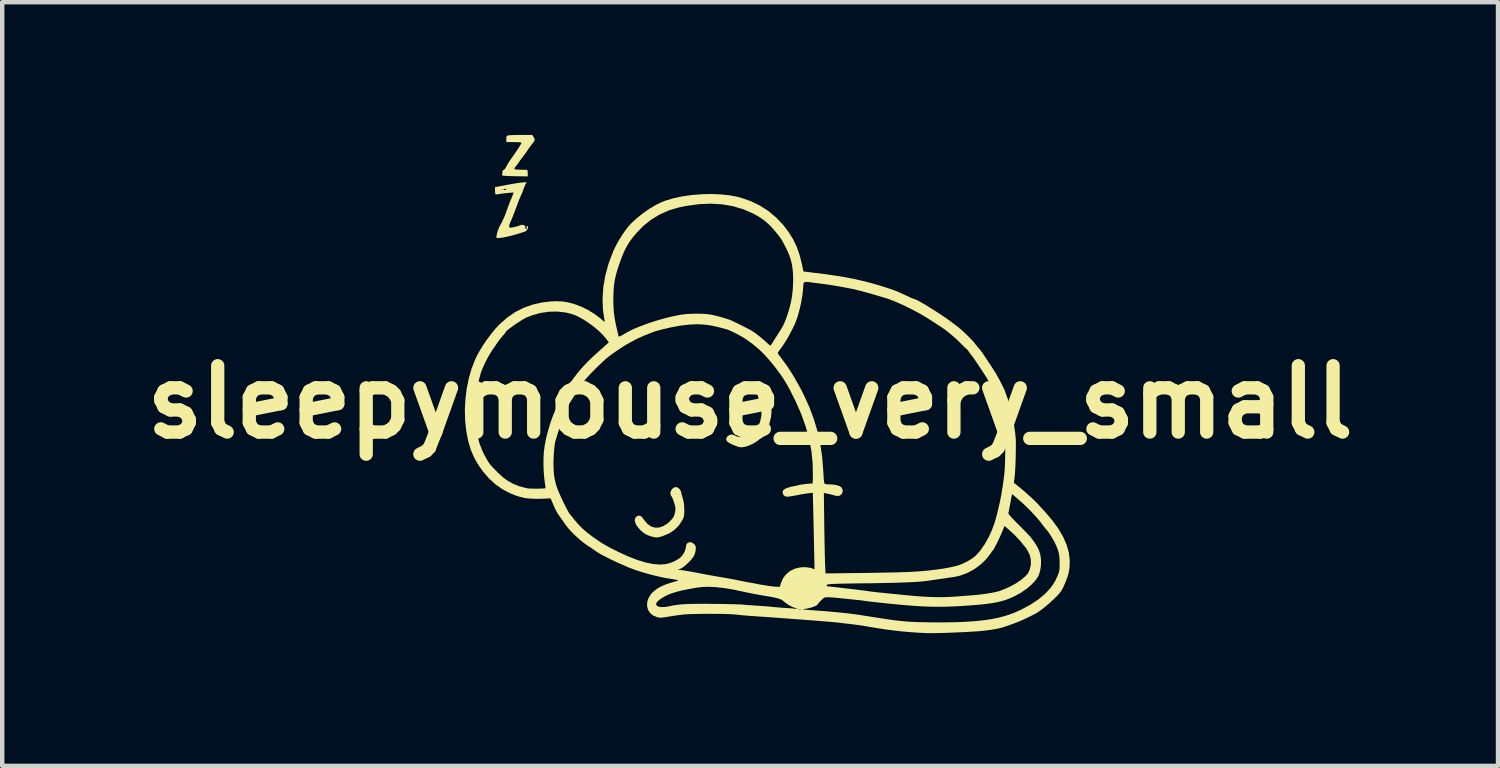
<source format=kicad_pcb>
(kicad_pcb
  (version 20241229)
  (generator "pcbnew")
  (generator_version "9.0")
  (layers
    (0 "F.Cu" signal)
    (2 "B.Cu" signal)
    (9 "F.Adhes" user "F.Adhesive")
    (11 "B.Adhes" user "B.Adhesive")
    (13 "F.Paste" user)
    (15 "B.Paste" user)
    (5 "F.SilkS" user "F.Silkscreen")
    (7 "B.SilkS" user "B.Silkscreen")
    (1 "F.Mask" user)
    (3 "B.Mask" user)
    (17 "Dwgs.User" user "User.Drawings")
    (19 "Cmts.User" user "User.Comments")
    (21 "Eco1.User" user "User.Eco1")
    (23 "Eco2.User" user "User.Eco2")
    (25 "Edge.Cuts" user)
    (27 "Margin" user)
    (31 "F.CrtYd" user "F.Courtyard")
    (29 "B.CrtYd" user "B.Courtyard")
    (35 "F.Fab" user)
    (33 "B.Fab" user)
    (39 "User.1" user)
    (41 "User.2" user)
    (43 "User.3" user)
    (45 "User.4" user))
  (footprint "sleepymouse_very_small"
    (layer "F.Cu")
    (at 13.907 6.039)
    (property "Reference" "sleepymouse_very_small" (at 0 0 0) (layer "F.SilkS") (effects (font (size 1.5 1.5) (thickness 0.3))))
    (attr board_only exclude_from_pos_files exclude_from_bom)
    (fp_poly (pts (xy 0.317 -0.262) (xy 0.357 -0.219) (xy 0.374 -0.19) (xy 0.399 -0.131) (xy 0.425 -0.055) (xy 0.449 0.027) (xy 0.468 0.108) (xy 0.481 0.177) (xy 0.484 0.217) (xy 0.473 0.337) (xy 0.444 0.462) (xy 0.4 0.582) (xy 0.342 0.692) (xy 0.274 0.784) (xy 0.238 0.821) (xy 0.155 0.886) (xy 0.066 0.941) (xy -0.026 0.983) (xy -0.114 1.011) (xy -0.193 1.023) (xy -0.258 1.016) (xy -0.271 1.012) (xy -0.3 1) (xy -0.346 0.982) (xy -0.385 0.967) (xy -0.466 0.93) (xy -0.518 0.891) (xy -0.542 0.852) (xy -0.536 0.81) (xy -0.506 0.769) (xy -0.458 0.74) (xy -0.402 0.734) (xy -0.347 0.753) (xy -0.333 0.762) (xy -0.285 0.784) (xy -0.22 0.793) (xy -0.147 0.788) (xy -0.073 0.771) (xy -0.037 0.756) (xy 0.051 0.7) (xy 0.129 0.621) (xy 0.192 0.526) (xy 0.225 0.448) (xy 0.255 0.314) (xy 0.256 0.182) (xy 0.234 0.073) (xy 0.208 -0.02) (xy 0.189 -0.089) (xy 0.177 -0.139) (xy 0.171 -0.173) (xy 0.171 -0.197) (xy 0.176 -0.214) (xy 0.185 -0.229) (xy 0.189 -0.235) (xy 0.229 -0.271) (xy 0.273 -0.28)) (stroke (width 0) (type solid)) (fill yes) (layer "F.SilkS"))
    (fp_poly (pts (xy -1.636 1.933) (xy -1.596 1.966) (xy -1.567 2.011) (xy -1.561 2.032) (xy -1.553 2.067) (xy -1.539 2.118) (xy -1.522 2.177) (xy -1.52 2.184) (xy -1.501 2.263) (xy -1.491 2.345) (xy -1.488 2.44) (xy -1.488 2.509) (xy -1.492 2.558) (xy -1.499 2.596) (xy -1.514 2.633) (xy -1.536 2.677) (xy -1.539 2.682) (xy -1.617 2.797) (xy -1.717 2.895) (xy -1.839 2.973) (xy -1.982 3.032) (xy -2.007 3.04) (xy -2.065 3.055) (xy -2.11 3.061) (xy -2.156 3.057) (xy -2.215 3.043) (xy -2.224 3.041) (xy -2.323 3.007) (xy -2.404 2.961) (xy -2.48 2.896) (xy -2.483 2.892) (xy -2.55 2.815) (xy -2.591 2.744) (xy -2.608 2.68) (xy -2.598 2.626) (xy -2.579 2.597) (xy -2.538 2.571) (xy -2.494 2.568) (xy -2.456 2.588) (xy -2.434 2.614) (xy -2.405 2.652) (xy -2.39 2.673) (xy -2.319 2.756) (xy -2.24 2.811) (xy -2.154 2.838) (xy -2.064 2.838) (xy -1.972 2.809) (xy -1.879 2.753) (xy -1.824 2.705) (xy -1.773 2.653) (xy -1.74 2.611) (xy -1.719 2.568) (xy -1.709 2.537) (xy -1.696 2.484) (xy -1.687 2.437) (xy -1.686 2.416) (xy -1.69 2.379) (xy -1.703 2.326) (xy -1.72 2.267) (xy -1.74 2.209) (xy -1.76 2.16) (xy -1.777 2.13) (xy -1.781 2.125) (xy -1.796 2.099) (xy -1.803 2.059) (xy -1.803 2.056) (xy -1.791 2.007) (xy -1.76 1.962) (xy -1.719 1.931) (xy -1.679 1.92)) (stroke (width 0) (type solid)) (fill yes) (layer "F.SilkS"))
    (fp_poly (pts (xy -4.895 -5.991) (xy -4.875 -5.954) (xy -4.869 -5.925) (xy -4.88 -5.897) (xy -4.909 -5.858) (xy -4.918 -5.847) (xy -4.955 -5.8) (xy -4.997 -5.742) (xy -5.024 -5.703) (xy -5.064 -5.644) (xy -5.11 -5.58) (xy -5.137 -5.545) (xy -5.175 -5.495) (xy -5.212 -5.445) (xy -5.232 -5.416) (xy -5.265 -5.37) (xy -5.299 -5.326) (xy -5.304 -5.319) (xy -5.324 -5.288) (xy -5.33 -5.267) (xy -5.328 -5.265) (xy -5.31 -5.26) (xy -5.269 -5.256) (xy -5.214 -5.253) (xy -5.184 -5.252) (xy -5.123 -5.251) (xy -5.074 -5.25) (xy -5.044 -5.249) (xy -5.038 -5.248) (xy -5.032 -5.234) (xy -5.028 -5.2) (xy -5.027 -5.174) (xy -5.027 -5.101) (xy -5.199 -5.104) (xy -5.284 -5.105) (xy -5.372 -5.107) (xy -5.452 -5.11) (xy -5.494 -5.111) (xy -5.554 -5.115) (xy -5.59 -5.119) (xy -5.606 -5.126) (xy -5.608 -5.137) (xy -5.608 -5.139) (xy -5.601 -5.17) (xy -5.599 -5.203) (xy -5.591 -5.238) (xy -5.569 -5.251) (xy -5.545 -5.269) (xy -5.519 -5.306) (xy -5.511 -5.323) (xy -5.485 -5.373) (xy -5.451 -5.429) (xy -5.434 -5.454) (xy -5.356 -5.565) (xy -5.29 -5.661) (xy -5.237 -5.74) (xy -5.198 -5.802) (xy -5.175 -5.843) (xy -5.167 -5.863) (xy -5.167 -5.864) (xy -5.184 -5.869) (xy -5.225 -5.874) (xy -5.282 -5.876) (xy -5.343 -5.877) (xy -5.511 -5.877) (xy -5.511 -5.949) (xy -5.51 -5.992) (xy -5.502 -6.014) (xy -5.485 -6.025) (xy -5.465 -6.029) (xy -5.435 -6.032) (xy -5.382 -6.035) (xy -5.312 -6.037) (xy -5.23 -6.038) (xy -5.172 -6.039) (xy -4.924 -6.039)) (stroke (width 0) (type solid)) (fill yes) (layer "F.SilkS"))
    (fp_poly (pts (xy -5.093 -4.89) (xy -5.112 -4.844) (xy -5.126 -4.808) (xy -5.13 -4.792) (xy -5.136 -4.773) (xy -5.151 -4.735) (xy -5.173 -4.685) (xy -5.179 -4.672) (xy -5.204 -4.616) (xy -5.225 -4.566) (xy -5.238 -4.532) (xy -5.239 -4.529) (xy -5.248 -4.502) (xy -5.266 -4.454) (xy -5.289 -4.393) (xy -5.315 -4.325) (xy -5.341 -4.257) (xy -5.365 -4.196) (xy -5.384 -4.149) (xy -5.394 -4.126) (xy -5.426 -4.052) (xy -5.444 -4) (xy -5.449 -3.967) (xy -5.442 -3.949) (xy -5.423 -3.943) (xy -5.417 -3.943) (xy -5.382 -3.946) (xy -5.332 -3.956) (xy -5.277 -3.969) (xy -5.227 -3.984) (xy -5.191 -3.997) (xy -5.18 -4.003) (xy -5.154 -4.008) (xy -5.12 -4.001) (xy -5.089 -3.985) (xy -5.081 -3.964) (xy -5.082 -3.949) (xy -5.082 -3.921) (xy -5.065 -3.913) (xy -5.049 -3.92) (xy -5.049 -3.946) (xy -5.051 -3.95) (xy -5.051 -3.979) (xy -5.04 -3.986) (xy -5.024 -3.969) (xy -5.021 -3.963) (xy -5.023 -3.931) (xy -5.041 -3.895) (xy -5.071 -3.864) (xy -5.082 -3.857) (xy -5.105 -3.849) (xy -5.15 -3.834) (xy -5.212 -3.814) (xy -5.285 -3.792) (xy -5.314 -3.784) (xy -5.409 -3.758) (xy -5.499 -3.737) (xy -5.581 -3.721) (xy -5.65 -3.711) (xy -5.701 -3.708) (xy -5.73 -3.713) (xy -5.733 -3.715) (xy -5.736 -3.735) (xy -5.73 -3.775) (xy -5.718 -3.826) (xy -5.701 -3.881) (xy -5.682 -3.932) (xy -5.669 -3.96) (xy -5.615 -4.061) (xy -5.572 -4.15) (xy -5.535 -4.239) (xy -5.498 -4.339) (xy -5.495 -4.348) (xy -5.469 -4.422) (xy -5.442 -4.495) (xy -5.417 -4.556) (xy -5.403 -4.59) (xy -5.382 -4.639) (xy -5.364 -4.683) (xy -5.357 -4.703) (xy -5.346 -4.738) (xy -5.469 -4.728) (xy -5.539 -4.721) (xy -5.608 -4.713) (xy -5.665 -4.704) (xy -5.67 -4.703) (xy -5.715 -4.696) (xy -5.747 -4.694) (xy -5.757 -4.697) (xy -5.762 -4.716) (xy -5.766 -4.754) (xy -5.767 -4.782) (xy -5.767 -4.803) (xy -5.623 -4.803) (xy -5.621 -4.794) (xy -5.614 -4.793) (xy -5.603 -4.797) (xy -5.579 -4.797) (xy -5.564 -4.793) (xy -5.551 -4.793) (xy -5.522 -4.797) (xy -5.511 -4.807) (xy -5.522 -4.82) (xy -5.548 -4.818) (xy -5.57 -4.807) (xy -5.579 -4.797) (xy -5.603 -4.797) (xy -5.601 -4.798) (xy -5.604 -4.803) (xy -5.621 -4.804) (xy -5.623 -4.803) (xy -5.767 -4.803) (xy -5.767 -4.858) (xy -5.709 -4.869) (xy -5.672 -4.876) (xy -5.615 -4.887) (xy -5.543 -4.9) (xy -5.465 -4.915) (xy -5.454 -4.917) (xy -5.371 -4.932) (xy -5.287 -4.946) (xy -5.214 -4.957) (xy -5.159 -4.963) (xy -5.157 -4.963) (xy -5.056 -4.973)) (stroke (width 0) (type solid)) (fill yes) (layer "F.SilkS"))
    (fp_poly (pts (xy -0.666 -4.695) (xy -0.463 -4.674) (xy -0.278 -4.638) (xy -0.227 -4.624) (xy 0.003 -4.546) (xy 0.215 -4.445) (xy 0.409 -4.322) (xy 0.586 -4.174) (xy 0.744 -4.009) (xy 0.868 -3.847) (xy 0.971 -3.683) (xy 1.054 -3.509) (xy 1.12 -3.32) (xy 1.173 -3.11) (xy 1.173 -3.106) (xy 1.206 -2.952) (xy 1.427 -2.925) (xy 1.696 -2.892) (xy 1.941 -2.856) (xy 2.166 -2.819) (xy 2.375 -2.778) (xy 2.573 -2.732) (xy 2.765 -2.682) (xy 2.887 -2.646) (xy 3.026 -2.604) (xy 3.141 -2.567) (xy 3.236 -2.534) (xy 3.315 -2.504) (xy 3.384 -2.474) (xy 3.39 -2.471) (xy 3.49 -2.425) (xy 3.566 -2.39) (xy 3.622 -2.364) (xy 3.661 -2.347) (xy 3.687 -2.337) (xy 3.702 -2.332) (xy 3.709 -2.33) (xy 3.735 -2.322) (xy 3.783 -2.3) (xy 3.847 -2.265) (xy 3.925 -2.22) (xy 4.013 -2.167) (xy 4.108 -2.108) (xy 4.206 -2.046) (xy 4.304 -1.982) (xy 4.399 -1.918) (xy 4.486 -1.857) (xy 4.546 -1.813) (xy 4.601 -1.772) (xy 4.659 -1.729) (xy 4.697 -1.7) (xy 4.741 -1.664) (xy 4.797 -1.615) (xy 4.86 -1.556) (xy 4.924 -1.494) (xy 4.984 -1.433) (xy 5.036 -1.379) (xy 5.073 -1.336) (xy 5.086 -1.319) (xy 5.121 -1.273) (xy 5.158 -1.228) (xy 5.162 -1.223) (xy 5.194 -1.187) (xy 5.231 -1.138) (xy 5.276 -1.074) (xy 5.332 -0.991) (xy 5.39 -0.903) (xy 5.431 -0.84) (xy 5.472 -0.778) (xy 5.506 -0.726) (xy 5.52 -0.705) (xy 5.552 -0.654) (xy 5.59 -0.587) (xy 5.632 -0.511) (xy 5.673 -0.432) (xy 5.711 -0.357) (xy 5.742 -0.292) (xy 5.763 -0.243) (xy 5.767 -0.232) (xy 5.782 -0.187) (xy 5.803 -0.127) (xy 5.827 -0.063) (xy 5.832 -0.051) (xy 5.869 0.059) (xy 5.904 0.197) (xy 5.938 0.358) (xy 5.969 0.54) (xy 5.981 0.623) (xy 5.992 0.698) (xy 5.999 0.765) (xy 6.004 0.829) (xy 6.007 0.896) (xy 6.008 0.974) (xy 6.007 1.068) (xy 6.005 1.184) (xy 6.005 1.202) (xy 6.002 1.311) (xy 5.998 1.418) (xy 5.993 1.517) (xy 5.988 1.603) (xy 5.982 1.668) (xy 5.98 1.692) (xy 5.962 1.824) (xy 6.018 1.868) (xy 6.101 1.936) (xy 6.188 2.01) (xy 6.275 2.086) (xy 6.357 2.159) (xy 6.427 2.225) (xy 6.482 2.28) (xy 6.5 2.299) (xy 6.554 2.358) (xy 6.613 2.422) (xy 6.665 2.479) (xy 6.669 2.484) (xy 6.834 2.676) (xy 6.969 2.863) (xy 7.076 3.046) (xy 7.155 3.226) (xy 7.205 3.403) (xy 7.226 3.577) (xy 7.22 3.749) (xy 7.195 3.885) (xy 7.172 3.961) (xy 7.139 4.048) (xy 7.102 4.136) (xy 7.064 4.216) (xy 7.032 4.272) (xy 6.993 4.323) (xy 6.935 4.387) (xy 6.862 4.458) (xy 6.782 4.532) (xy 6.697 4.605) (xy 6.614 4.672) (xy 6.538 4.729) (xy 6.473 4.771) (xy 6.457 4.779) (xy 6.344 4.838) (xy 6.245 4.886) (xy 6.154 4.928) (xy 6.063 4.967) (xy 5.965 5.005) (xy 5.853 5.045) (xy 5.721 5.09) (xy 5.716 5.092) (xy 5.649 5.11) (xy 5.559 5.129) (xy 5.452 5.147) (xy 5.334 5.163) (xy 5.254 5.172) (xy 5.173 5.18) (xy 5.07 5.187) (xy 4.951 5.194) (xy 4.821 5.201) (xy 4.684 5.207) (xy 4.545 5.213) (xy 4.41 5.218) (xy 4.283 5.221) (xy 4.169 5.224) (xy 4.072 5.224) (xy 3.998 5.223) (xy 3.979 5.223) (xy 3.777 5.212) (xy 3.593 5.199) (xy 3.419 5.183) (xy 3.248 5.164) (xy 3.072 5.141) (xy 2.883 5.112) (xy 2.675 5.078) (xy 2.653 5.074) (xy 2.554 5.057) (xy 2.449 5.042) (xy 2.35 5.028) (xy 2.264 5.017) (xy 2.228 5.013) (xy 2.159 5.006) (xy 2.099 4.999) (xy 2.056 4.994) (xy 2.037 4.99) (xy 2.016 4.987) (xy 1.969 4.983) (xy 1.898 4.976) (xy 1.806 4.968) (xy 1.697 4.959) (xy 1.572 4.949) (xy 1.435 4.938) (xy 1.288 4.927) (xy 1.135 4.915) (xy 0.978 4.903) (xy 0.82 4.892) (xy 0.664 4.88) (xy 0.512 4.869) (xy 0.368 4.859) (xy 0.234 4.85) (xy 0.147 4.844) (xy 0.042 4.837) (xy -0.061 4.829) (xy -0.156 4.821) (xy -0.236 4.813) (xy -0.296 4.807) (xy -0.308 4.805) (xy -0.362 4.8) (xy -0.441 4.795) (xy -0.539 4.792) (xy -0.653 4.789) (xy -0.777 4.788) (xy -0.906 4.787) (xy -1.037 4.788) (xy -1.163 4.789) (xy -1.281 4.792) (xy -1.385 4.795) (xy -1.471 4.8) (xy -1.534 4.805) (xy -1.539 4.806) (xy -1.613 4.816) (xy -1.703 4.829) (xy -1.796 4.843) (xy -1.857 4.853) (xy -1.933 4.865) (xy -1.988 4.872) (xy -2.028 4.874) (xy -2.061 4.872) (xy -2.093 4.865) (xy -2.114 4.859) (xy -2.199 4.821) (xy -2.264 4.766) (xy -2.307 4.697) (xy -2.31 4.686) (xy 1.108 4.686) (xy 1.129 4.688) (xy 1.144 4.686) (xy 1.193 4.686) (xy 1.209 4.689) (xy 1.25 4.693) (xy 1.311 4.699) (xy 1.388 4.705) (xy 1.477 4.711) (xy 1.505 4.713) (xy 1.648 4.724) (xy 1.799 4.736) (xy 1.951 4.75) (xy 2.098 4.765) (xy 2.236 4.78) (xy 2.358 4.795) (xy 2.458 4.809) (xy 2.492 4.814) (xy 2.543 4.823) (xy 2.598 4.832) (xy 2.66 4.841) (xy 2.733 4.853) (xy 2.821 4.867) (xy 2.928 4.883) (xy 3.058 4.903) (xy 3.151 4.917) (xy 3.255 4.932) (xy 3.372 4.945) (xy 3.488 4.957) (xy 3.591 4.965) (xy 3.613 4.966) (xy 3.752 4.973) (xy 3.913 4.977) (xy 4.088 4.98) (xy 4.269 4.981) (xy 4.448 4.98) (xy 4.618 4.977) (xy 4.772 4.972) (xy 4.859 4.968) (xy 5.085 4.953) (xy 5.288 4.932) (xy 5.47 4.904) (xy 5.636 4.87) (xy 5.79 4.827) (xy 5.938 4.776) (xy 6.083 4.714) (xy 6.126 4.693) (xy 6.336 4.581) (xy 6.517 4.461) (xy 6.67 4.333) (xy 6.795 4.198) (xy 6.892 4.054) (xy 6.958 3.912) (xy 6.976 3.86) (xy 6.988 3.815) (xy 6.995 3.767) (xy 6.997 3.708) (xy 6.997 3.635) (xy 6.995 3.548) (xy 6.989 3.479) (xy 6.978 3.417) (xy 6.961 3.352) (xy 6.959 3.346) (xy 6.927 3.262) (xy 6.882 3.167) (xy 6.827 3.069) (xy 6.769 2.977) (xy 6.713 2.9) (xy 6.69 2.873) (xy 6.649 2.825) (xy 6.609 2.774) (xy 6.591 2.748) (xy 6.568 2.717) (xy 6.529 2.67) (xy 6.479 2.612) (xy 6.423 2.549) (xy 6.395 2.519) (xy 6.322 2.442) (xy 6.253 2.373) (xy 6.182 2.306) (xy 6.103 2.235) (xy 6.01 2.154) (xy 5.971 2.121) (xy 5.922 2.08) (xy 5.915 2.114) (xy 5.909 2.141) (xy 5.9 2.19) (xy 5.888 2.253) (xy 5.877 2.308) (xy 5.865 2.377) (xy 5.853 2.437) (xy 5.844 2.482) (xy 5.839 2.501) (xy 5.839 2.515) (xy 5.848 2.534) (xy 5.868 2.561) (xy 5.901 2.599) (xy 5.949 2.65) (xy 6.014 2.717) (xy 6.07 2.773) (xy 6.14 2.843) (xy 6.204 2.908) (xy 6.258 2.963) (xy 6.3 3.007) (xy 6.326 3.035) (xy 6.332 3.042) (xy 6.406 3.139) (xy 6.461 3.221) (xy 6.503 3.293) (xy 6.533 3.361) (xy 6.555 3.431) (xy 6.564 3.471) (xy 6.577 3.576) (xy 6.575 3.688) (xy 6.559 3.799) (xy 6.531 3.899) (xy 6.504 3.955) (xy 6.441 4.044) (xy 6.354 4.134) (xy 6.248 4.223) (xy 6.126 4.307) (xy 5.994 4.381) (xy 5.958 4.398) (xy 5.861 4.441) (xy 5.764 4.477) (xy 5.662 4.507) (xy 5.551 4.531) (xy 5.426 4.552) (xy 5.283 4.57) (xy 5.118 4.586) (xy 5.02 4.594) (xy 4.797 4.609) (xy 4.595 4.62) (xy 4.406 4.626) (xy 4.225 4.628) (xy 4.045 4.625) (xy 3.86 4.617) (xy 3.662 4.604) (xy 3.447 4.586) (xy 3.298 4.572) (xy 3.166 4.559) (xy 3.038 4.546) (xy 2.919 4.533) (xy 2.811 4.522) (xy 2.718 4.511) (xy 2.645 4.502) (xy 2.594 4.495) (xy 2.572 4.492) (xy 2.546 4.487) (xy 2.498 4.481) (xy 2.436 4.475) (xy 2.396 4.471) (xy 2.323 4.463) (xy 2.233 4.454) (xy 2.136 4.444) (xy 2.045 4.435) (xy 1.962 4.426) (xy 1.882 4.419) (xy 1.813 4.414) (xy 1.763 4.412) (xy 1.758 4.412) (xy 1.714 4.413) (xy 1.684 4.419) (xy 1.656 4.435) (xy 1.623 4.466) (xy 1.6 4.488) (xy 1.563 4.527) (xy 1.536 4.558) (xy 1.524 4.576) (xy 1.524 4.577) (xy 1.511 4.592) (xy 1.477 4.61) (xy 1.428 4.63) (xy 1.372 4.649) (xy 1.316 4.663) (xy 1.274 4.671) (xy 1.229 4.676) (xy 1.2 4.682) (xy 1.193 4.686) (xy 1.144 4.686) (xy 1.149 4.686) (xy 1.147 4.68) (xy 1.117 4.678) (xy 1.11 4.68) (xy 1.108 4.686) (xy -2.31 4.686) (xy -2.329 4.618) (xy -2.328 4.568) (xy -2.125 4.568) (xy -2.112 4.601) (xy -2.074 4.624) (xy -2.015 4.634) (xy -1.935 4.633) (xy -1.839 4.619) (xy -1.803 4.611) (xy -1.734 4.597) (xy -1.661 4.586) (xy -1.582 4.576) (xy -1.493 4.569) (xy -1.39 4.565) (xy -1.271 4.562) (xy -1.132 4.561) (xy -0.97 4.561) (xy -0.806 4.563) (xy -0.677 4.564) (xy -0.555 4.566) (xy -0.444 4.569) (xy -0.347 4.571) (xy -0.268 4.573) (xy -0.211 4.575) (xy -0.179 4.577) (xy -0.176 4.578) (xy -0.145 4.581) (xy -0.09 4.586) (xy -0.018 4.591) (xy 0.066 4.597) (xy 0.139 4.602) (xy 0.234 4.608) (xy 0.327 4.615) (xy 0.411 4.621) (xy 0.479 4.628) (xy 0.513 4.631) (xy 0.575 4.638) (xy 0.655 4.644) (xy 0.74 4.651) (xy 0.791 4.654) (xy 0.858 4.658) (xy 0.913 4.662) (xy 0.95 4.665) (xy 0.963 4.667) (xy 0.978 4.669) (xy 1.013 4.671) (xy 1.029 4.672) (xy 1.092 4.673) (xy 1.037 4.66) (xy 0.951 4.63) (xy 0.862 4.582) (xy 0.782 4.524) (xy 0.768 4.512) (xy 0.741 4.489) (xy 0.712 4.47) (xy 0.676 4.454) (xy 0.629 4.438) (xy 0.568 4.423) (xy 0.488 4.407) (xy 0.386 4.389) (xy 0.3 4.375) (xy 0.158 4.35) (xy 0.018 4.323) (xy -0.109 4.297) (xy -0.154 4.287) (xy -0.38 4.239) (xy -0.584 4.205) (xy -0.767 4.184) (xy -0.934 4.176) (xy -1.088 4.181) (xy -1.225 4.198) (xy -1.396 4.229) (xy -1.541 4.259) (xy -1.664 4.29) (xy -1.769 4.322) (xy -1.858 4.357) (xy -1.936 4.396) (xy -1.957 4.408) (xy -2.038 4.46) (xy -2.092 4.505) (xy -2.12 4.545) (xy -2.125 4.568) (xy -2.328 4.568) (xy -2.328 4.534) (xy -2.304 4.447) (xy -2.256 4.362) (xy -2.201 4.298) (xy -2.123 4.233) (xy -2.03 4.177) (xy -1.916 4.126) (xy -1.78 4.08) (xy -1.686 4.054) (xy -1.652 4.045) (xy -1.632 4.038) (xy -1.628 4.031) (xy -1.644 4.024) (xy -1.681 4.015) (xy -1.741 4.005) (xy -1.827 3.991) (xy -1.847 3.988) (xy -1.988 3.962) (xy -2.142 3.927) (xy -2.299 3.886) (xy -2.454 3.841) (xy -2.6 3.794) (xy -2.728 3.746) (xy -2.803 3.715) (xy -2.861 3.688) (xy -2.91 3.667) (xy -2.942 3.653) (xy -2.952 3.65) (xy -2.968 3.643) (xy -3.005 3.626) (xy -3.057 3.602) (xy -3.119 3.572) (xy -3.185 3.539) (xy -3.25 3.506) (xy -3.309 3.476) (xy -3.355 3.452) (xy -3.37 3.444) (xy -3.424 3.412) (xy -3.476 3.379) (xy -3.502 3.36) (xy -3.54 3.332) (xy -3.593 3.296) (xy -3.649 3.261) (xy -3.654 3.258) (xy -3.745 3.195) (xy -3.843 3.116) (xy -3.942 3.028) (xy -4.036 2.935) (xy -4.118 2.844) (xy -4.183 2.761) (xy -4.194 2.743) (xy -4.232 2.687) (xy -4.273 2.629) (xy -4.298 2.594) (xy -4.339 2.537) (xy -4.376 2.476) (xy -4.412 2.404) (xy -4.452 2.313) (xy -4.46 2.294) (xy -4.509 2.177) (xy -4.566 2.18) (xy -4.728 2.186) (xy -4.864 2.187) (xy -4.979 2.182) (xy -5.074 2.172) (xy -5.148 2.157) (xy -5.213 2.14) (xy -5.266 2.124) (xy -5.316 2.106) (xy -5.374 2.083) (xy -5.446 2.051) (xy -5.467 2.042) (xy -5.617 1.959) (xy -5.765 1.852) (xy -5.905 1.723) (xy -6.034 1.576) (xy -6.148 1.416) (xy -6.236 1.261) (xy -6.315 1.076) (xy -6.375 0.872) (xy -6.417 0.653) (xy -6.442 0.423) (xy -6.446 0.266) (xy -6.214 0.266) (xy -6.214 0.276) (xy -6.204 0.511) (xy -6.172 0.727) (xy -6.12 0.929) (xy -6.045 1.12) (xy -5.992 1.224) (xy -5.957 1.287) (xy -5.928 1.336) (xy -5.901 1.378) (xy -5.871 1.417) (xy -5.834 1.46) (xy -5.785 1.51) (xy -5.721 1.575) (xy -5.705 1.592) (xy -5.591 1.698) (xy -5.476 1.782) (xy -5.356 1.849) (xy -5.222 1.901) (xy -5.067 1.943) (xy -5.035 1.95) (xy -5.003 1.954) (xy -4.952 1.956) (xy -4.889 1.957) (xy -4.821 1.958) (xy -4.754 1.957) (xy -4.695 1.955) (xy -4.651 1.952) (xy -4.627 1.949) (xy -4.626 1.948) (xy -4.625 1.932) (xy -4.63 1.894) (xy -4.637 1.842) (xy -4.64 1.825) (xy -4.655 1.706) (xy -4.666 1.569) (xy -4.671 1.423) (xy -4.671 1.392) (xy -4.445 1.392) (xy -4.442 1.53) (xy -4.433 1.647) (xy -4.415 1.754) (xy -4.389 1.86) (xy -4.374 1.911) (xy -4.354 1.966) (xy -4.325 2.036) (xy -4.289 2.117) (xy -4.249 2.204) (xy -4.208 2.29) (xy -4.167 2.371) (xy -4.13 2.442) (xy -4.099 2.498) (xy -4.076 2.532) (xy -4.072 2.537) (xy -4.045 2.568) (xy -4.009 2.612) (xy -3.977 2.654) (xy -3.891 2.757) (xy -3.795 2.854) (xy -3.685 2.949) (xy -3.556 3.048) (xy -3.49 3.094) (xy -3.413 3.146) (xy -3.345 3.191) (xy -3.28 3.23) (xy -3.21 3.269) (xy -3.131 3.311) (xy -3.034 3.36) (xy -2.975 3.389) (xy -2.753 3.491) (xy -2.548 3.57) (xy -2.36 3.627) (xy -2.19 3.662) (xy -2.038 3.674) (xy -1.913 3.664) (xy -1.804 3.637) (xy -1.696 3.592) (xy -1.601 3.534) (xy -1.577 3.516) (xy -1.528 3.462) (xy -1.486 3.393) (xy -1.459 3.321) (xy -1.451 3.266) (xy -1.439 3.214) (xy -1.407 3.179) (xy -1.359 3.166) (xy -1.358 3.166) (xy -1.313 3.178) (xy -1.269 3.207) (xy -1.237 3.245) (xy -1.233 3.255) (xy -1.227 3.302) (xy -1.233 3.365) (xy -1.25 3.43) (xy -1.27 3.477) (xy -1.302 3.526) (xy -1.352 3.585) (xy -1.411 3.645) (xy -1.472 3.7) (xy -1.529 3.743) (xy -1.561 3.761) (xy -1.634 3.796) (xy -1.583 3.796) (xy -1.553 3.799) (xy -1.5 3.807) (xy -1.429 3.818) (xy -1.344 3.833) (xy -1.25 3.85) (xy -1.224 3.855) (xy -1.105 3.878) (xy -0.971 3.903) (xy -0.832 3.928) (xy -0.702 3.951) (xy -0.616 3.966) (xy -0.519 3.982) (xy -0.428 3.999) (xy -0.346 4.014) (xy -0.281 4.027) (xy -0.238 4.036) (xy -0.235 4.037) (xy -0.174 4.05) (xy -0.113 4.062) (xy -0.088 4.067) (xy -0.045 4.074) (xy 0.017 4.085) (xy 0.088 4.098) (xy 0.128 4.106) (xy 0.249 4.129) (xy 0.365 4.148) (xy 0.468 4.163) (xy 0.554 4.172) (xy 0.604 4.175) (xy 0.672 4.177) (xy 0.682 4.142) (xy 1.729 4.142) (xy 1.732 4.161) (xy 1.733 4.163) (xy 1.75 4.164) (xy 1.791 4.169) (xy 1.851 4.176) (xy 1.926 4.184) (xy 2.011 4.194) (xy 2.101 4.205) (xy 2.191 4.215) (xy 2.277 4.225) (xy 2.353 4.234) (xy 2.415 4.242) (xy 2.425 4.243) (xy 2.507 4.253) (xy 2.587 4.263) (xy 2.656 4.272) (xy 2.704 4.28) (xy 2.75 4.286) (xy 2.818 4.294) (xy 2.899 4.303) (xy 2.986 4.312) (xy 3.019 4.315) (xy 3.123 4.326) (xy 3.241 4.337) (xy 3.358 4.349) (xy 3.461 4.36) (xy 3.466 4.36) (xy 3.707 4.383) (xy 3.924 4.399) (xy 4.121 4.408) (xy 4.302 4.411) (xy 4.472 4.407) (xy 4.632 4.398) (xy 4.717 4.391) (xy 4.808 4.384) (xy 4.892 4.378) (xy 4.932 4.375) (xy 5.073 4.364) (xy 5.21 4.349) (xy 5.341 4.332) (xy 5.458 4.313) (xy 5.559 4.293) (xy 5.636 4.272) (xy 5.657 4.265) (xy 5.837 4.191) (xy 5.99 4.111) (xy 6.119 4.025) (xy 6.17 3.983) (xy 6.226 3.933) (xy 6.263 3.894) (xy 6.289 3.857) (xy 6.309 3.816) (xy 6.318 3.794) (xy 6.347 3.677) (xy 6.346 3.561) (xy 6.317 3.446) (xy 6.259 3.334) (xy 6.226 3.287) (xy 6.105 3.139) (xy 5.983 3.008) (xy 5.851 2.886) (xy 5.818 2.857) (xy 5.751 2.801) (xy 5.702 2.921) (xy 5.678 2.98) (xy 5.647 3.047) (xy 5.614 3.118) (xy 5.58 3.188) (xy 5.549 3.25) (xy 5.522 3.3) (xy 5.503 3.333) (xy 5.496 3.342) (xy 5.482 3.357) (xy 5.459 3.39) (xy 5.434 3.426) (xy 5.331 3.558) (xy 5.207 3.676) (xy 5.066 3.779) (xy 4.913 3.862) (xy 4.755 3.922) (xy 4.639 3.949) (xy 4.607 3.954) (xy 4.551 3.962) (xy 4.478 3.973) (xy 4.392 3.986) (xy 4.3 3.999) (xy 4.208 4.012) (xy 4.12 4.025) (xy 4.043 4.036) (xy 3.982 4.044) (xy 3.972 4.046) (xy 3.881 4.056) (xy 3.76 4.065) (xy 3.612 4.073) (xy 3.436 4.08) (xy 3.232 4.086) (xy 3.002 4.091) (xy 2.746 4.096) (xy 2.602 4.097) (xy 2.418 4.099) (xy 2.263 4.102) (xy 2.132 4.104) (xy 2.024 4.106) (xy 1.937 4.109) (xy 1.868 4.112) (xy 1.816 4.115) (xy 1.779 4.119) (xy 1.753 4.124) (xy 1.738 4.129) (xy 1.731 4.136) (xy 1.729 4.142) (xy 0.682 4.142) (xy 0.695 4.098) (xy 0.741 3.988) (xy 0.81 3.896) (xy 0.898 3.822) (xy 1.004 3.769) (xy 1.123 3.739) (xy 1.224 3.732) (xy 1.288 3.736) (xy 1.35 3.746) (xy 1.391 3.756) (xy 1.456 3.78) (xy 1.446 3.293) (xy 1.443 3.153) (xy 1.44 3.001) (xy 1.436 2.846) (xy 1.433 2.695) (xy 1.43 2.556) (xy 1.427 2.438) (xy 1.427 2.429) (xy 1.417 2.051) (xy 1.328 2.06) (xy 1.277 2.067) (xy 1.207 2.078) (xy 1.128 2.092) (xy 1.063 2.105) (xy 0.99 2.118) (xy 0.923 2.13) (xy 0.87 2.137) (xy 0.839 2.14) (xy 0.786 2.128) (xy 0.75 2.096) (xy 0.735 2.048) (xy 0.736 2.033) (xy 0.743 2.002) (xy 0.763 1.979) (xy 0.803 1.956) (xy 0.806 1.955) (xy 0.858 1.934) (xy 0.922 1.916) (xy 0.967 1.906) (xy 1.025 1.894) (xy 1.077 1.883) (xy 1.107 1.875) (xy 1.142 1.867) (xy 1.196 1.86) (xy 1.26 1.852) (xy 1.283 1.85) (xy 1.414 1.839) (xy 1.419 1.656) (xy 1.414 1.382) (xy 1.386 1.108) (xy 1.334 0.833) (xy 1.257 0.555) (xy 1.156 0.271) (xy 1.028 -0.02) (xy 0.894 -0.286) (xy 0.828 -0.405) (xy 0.761 -0.514) (xy 0.688 -0.622) (xy 0.604 -0.737) (xy 0.539 -0.821) (xy 0.422 -0.963) (xy 0.311 -1.086) (xy 0.282 -1.114) (xy 0.627 -1.114) (xy 0.632 -1.094) (xy 0.651 -1.063) (xy 0.686 -1.018) (xy 0.842 -0.806) (xy 0.995 -0.566) (xy 1.145 -0.297) (xy 1.216 -0.157) (xy 1.341 0.118) (xy 1.443 0.391) (xy 1.524 0.666) (xy 1.586 0.949) (xy 1.629 1.246) (xy 1.654 1.562) (xy 1.656 1.589) (xy 1.661 1.688) (xy 1.667 1.761) (xy 1.674 1.811) (xy 1.681 1.839) (xy 1.688 1.848) (xy 1.713 1.855) (xy 1.756 1.86) (xy 1.789 1.861) (xy 1.883 1.866) (xy 1.964 1.88) (xy 2.027 1.902) (xy 2.066 1.93) (xy 2.067 1.931) (xy 2.092 1.984) (xy 2.091 2.038) (xy 2.062 2.087) (xy 2.06 2.089) (xy 2.028 2.114) (xy 1.992 2.123) (xy 1.943 2.119) (xy 1.88 2.103) (xy 1.82 2.087) (xy 1.757 2.072) (xy 1.736 2.068) (xy 1.667 2.055) (xy 1.676 2.753) (xy 1.678 2.903) (xy 1.681 3.05) (xy 1.683 3.192) (xy 1.686 3.325) (xy 1.688 3.443) (xy 1.691 3.543) (xy 1.693 3.621) (xy 1.695 3.663) (xy 1.704 3.874) (xy 2.512 3.864) (xy 2.675 3.862) (xy 2.838 3.859) (xy 2.997 3.856) (xy 3.149 3.853) (xy 3.289 3.85) (xy 3.413 3.847) (xy 3.516 3.843) (xy 3.596 3.84) (xy 3.613 3.84) (xy 3.819 3.827) (xy 4.017 3.81) (xy 4.205 3.788) (xy 4.377 3.763) (xy 4.53 3.735) (xy 4.659 3.705) (xy 4.704 3.692) (xy 4.805 3.654) (xy 4.909 3.603) (xy 5.006 3.545) (xy 5.087 3.484) (xy 5.108 3.464) (xy 5.206 3.354) (xy 5.299 3.219) (xy 5.386 3.067) (xy 5.463 2.902) (xy 5.527 2.73) (xy 5.576 2.558) (xy 5.594 2.481) (xy 5.612 2.405) (xy 5.628 2.34) (xy 5.635 2.308) (xy 5.653 2.227) (xy 5.673 2.122) (xy 5.694 2.002) (xy 5.714 1.873) (xy 5.733 1.741) (xy 5.74 1.686) (xy 5.751 1.582) (xy 5.759 1.461) (xy 5.764 1.326) (xy 5.767 1.184) (xy 5.767 1.042) (xy 5.765 0.904) (xy 5.76 0.777) (xy 5.752 0.667) (xy 5.742 0.58) (xy 5.741 0.572) (xy 5.701 0.356) (xy 5.658 0.167) (xy 5.612 0.01) (xy 5.586 -0.06) (xy 5.549 -0.148) (xy 5.505 -0.246) (xy 5.457 -0.345) (xy 5.409 -0.439) (xy 5.365 -0.519) (xy 5.342 -0.557) (xy 5.303 -0.619) (xy 5.257 -0.689) (xy 5.207 -0.765) (xy 5.157 -0.841) (xy 5.108 -0.912) (xy 5.066 -0.974) (xy 5.032 -1.022) (xy 5.01 -1.051) (xy 5.007 -1.055) (xy 4.977 -1.092) (xy 4.945 -1.137) (xy 4.938 -1.147) (xy 4.915 -1.18) (xy 4.896 -1.199) (xy 4.892 -1.202) (xy 4.878 -1.212) (xy 4.849 -1.239) (xy 4.809 -1.278) (xy 4.775 -1.313) (xy 4.686 -1.401) (xy 4.586 -1.491) (xy 4.482 -1.577) (xy 4.383 -1.653) (xy 4.324 -1.693) (xy 4.278 -1.723) (xy 4.215 -1.764) (xy 4.142 -1.811) (xy 4.067 -1.86) (xy 4.048 -1.872) (xy 3.927 -1.947) (xy 3.792 -2.024) (xy 3.648 -2.1) (xy 3.502 -2.172) (xy 3.359 -2.237) (xy 3.226 -2.294) (xy 3.108 -2.337) (xy 3.056 -2.354) (xy 3.001 -2.37) (xy 2.926 -2.392) (xy 2.838 -2.418) (xy 2.746 -2.445) (xy 2.694 -2.46) (xy 2.503 -2.512) (xy 2.301 -2.56) (xy 2.083 -2.602) (xy 1.847 -2.642) (xy 1.587 -2.679) (xy 1.488 -2.691) (xy 1.391 -2.704) (xy 1.319 -2.713) (xy 1.269 -2.716) (xy 1.236 -2.712) (xy 1.217 -2.7) (xy 1.207 -2.676) (xy 1.203 -2.641) (xy 1.2 -2.591) (xy 1.198 -2.565) (xy 1.182 -2.415) (xy 1.155 -2.254) (xy 1.118 -2.092) (xy 1.076 -1.939) (xy 1.028 -1.805) (xy 1.023 -1.792) (xy 0.998 -1.737) (xy 0.964 -1.666) (xy 0.924 -1.588) (xy 0.884 -1.513) (xy 0.838 -1.432) (xy 0.795 -1.361) (xy 0.75 -1.292) (xy 0.697 -1.216) (xy 0.634 -1.13) (xy 0.627 -1.114) (xy 0.282 -1.114) (xy 0.199 -1.194) (xy 0.08 -1.294) (xy -0.055 -1.394) (xy -0.11 -1.432) (xy -0.167 -1.467) (xy -0.238 -1.507) (xy -0.315 -1.548) (xy -0.391 -1.586) (xy -0.458 -1.617) (xy -0.509 -1.637) (xy -0.516 -1.64) (xy -0.68 -1.685) (xy -0.824 -1.719) (xy -0.955 -1.742) (xy -1.081 -1.754) (xy -1.207 -1.759) (xy -1.213 -1.759) (xy -1.39 -1.75) (xy -1.586 -1.726) (xy -1.797 -1.687) (xy -2.018 -1.635) (xy -2.14 -1.601) (xy -2.184 -1.586) (xy -2.246 -1.562) (xy -2.32 -1.532) (xy -2.399 -1.5) (xy -2.474 -1.467) (xy -2.54 -1.438) (xy -2.588 -1.414) (xy -2.602 -1.407) (xy -2.648 -1.381) (xy -2.706 -1.35) (xy -2.741 -1.331) (xy -2.814 -1.289) (xy -2.902 -1.234) (xy -2.999 -1.17) (xy -3.097 -1.102) (xy -3.187 -1.036) (xy -3.243 -0.991) (xy -3.312 -0.93) (xy -3.388 -0.858) (xy -3.469 -0.78) (xy -3.549 -0.699) (xy -3.625 -0.621) (xy -3.691 -0.55) (xy -3.743 -0.489) (xy -3.774 -0.449) (xy -3.81 -0.397) (xy -3.846 -0.349) (xy -3.871 -0.317) (xy -3.896 -0.282) (xy -3.928 -0.231) (xy -3.961 -0.172) (xy -3.97 -0.157) (xy -4.002 -0.098) (xy -4.034 -0.045) (xy -4.06 -0.006) (xy -4.066 0.001) (xy -4.083 0.029) (xy -4.108 0.08) (xy -4.139 0.15) (xy -4.174 0.233) (xy -4.211 0.324) (xy -4.248 0.419) (xy -4.283 0.513) (xy -4.314 0.602) (xy -4.34 0.68) (xy -4.345 0.696) (xy -4.364 0.759) (xy -4.381 0.814) (xy -4.394 0.854) (xy -4.398 0.865) (xy -4.409 0.912) (xy -4.42 0.981) (xy -4.429 1.068) (xy -4.437 1.165) (xy -4.442 1.267) (xy -4.445 1.367) (xy -4.445 1.392) (xy -4.671 1.392) (xy -4.671 1.279) (xy -4.664 1.147) (xy -4.663 1.129) (xy -4.643 0.977) (xy -4.609 0.809) (xy -4.564 0.634) (xy -4.511 0.458) (xy -4.45 0.291) (xy -4.386 0.141) (xy -4.367 0.103) (xy -4.311 -0.009) (xy -4.258 -0.112) (xy -4.21 -0.203) (xy -4.168 -0.279) (xy -4.136 -0.336) (xy -4.114 -0.37) (xy -4.113 -0.372) (xy -4.044 -0.467) (xy -3.988 -0.542) (xy -3.943 -0.601) (xy -3.906 -0.65) (xy -3.872 -0.691) (xy -3.839 -0.73) (xy -3.817 -0.756) (xy -3.702 -0.881) (xy -3.588 -0.994) (xy -3.464 -1.108) (xy -3.452 -1.118) (xy -3.394 -1.17) (xy -3.335 -1.222) (xy -3.284 -1.268) (xy -3.264 -1.286) (xy -3.194 -1.351) (xy -3.257 -1.433) (xy -3.336 -1.526) (xy -3.427 -1.615) (xy -3.536 -1.705) (xy -3.642 -1.783) (xy -3.759 -1.861) (xy -3.864 -1.921) (xy -3.963 -1.966) (xy -4.063 -1.999) (xy -4.172 -2.025) (xy -4.175 -2.025) (xy -4.357 -2.046) (xy -4.547 -2.042) (xy -4.739 -2.014) (xy -4.926 -1.962) (xy -5.047 -1.915) (xy -5.096 -1.89) (xy -5.158 -1.854) (xy -5.225 -1.812) (xy -5.296 -1.766) (xy -5.364 -1.718) (xy -5.425 -1.673) (xy -5.476 -1.634) (xy -5.511 -1.603) (xy -5.525 -1.583) (xy -5.526 -1.582) (xy -5.535 -1.566) (xy -5.559 -1.535) (xy -5.593 -1.496) (xy -5.596 -1.492) (xy -5.644 -1.436) (xy -5.693 -1.371) (xy -5.725 -1.326) (xy -5.766 -1.265) (xy -5.812 -1.197) (xy -5.844 -1.151) (xy -5.889 -1.078) (xy -5.94 -0.988) (xy -5.989 -0.891) (xy -6.034 -0.795) (xy -6.07 -0.71) (xy -6.082 -0.677) (xy -6.14 -0.468) (xy -6.181 -0.244) (xy -6.206 0.000202) (xy -6.214 0.266) (xy -6.446 0.266) (xy -6.449 0.186) (xy -6.437 -0.053) (xy -6.409 -0.292) (xy -6.362 -0.524) (xy -6.299 -0.748) (xy -6.218 -0.958) (xy -6.186 -1.026) (xy -6.118 -1.152) (xy -6.036 -1.286) (xy -5.943 -1.422) (xy -5.845 -1.552) (xy -5.748 -1.669) (xy -5.656 -1.765) (xy -5.655 -1.766) (xy -5.484 -1.915) (xy -5.305 -2.037) (xy -5.118 -2.132) (xy -4.918 -2.203) (xy -4.703 -2.251) (xy -4.514 -2.274) (xy -4.371 -2.28) (xy -4.242 -2.274) (xy -4.116 -2.254) (xy -3.984 -2.219) (xy -3.828 -2.162) (xy -3.669 -2.085) (xy -3.518 -1.992) (xy -3.383 -1.89) (xy -3.359 -1.869) (xy -3.319 -1.834) (xy -3.297 -1.817) (xy -3.288 -1.817) (xy -3.289 -1.832) (xy -3.289 -1.834) (xy -3.327 -2.083) (xy -3.335 -2.301) (xy -3.092 -2.301) (xy -3.089 -2.159) (xy -3.08 -2.031) (xy -3.064 -1.905) (xy -3.039 -1.771) (xy -3.013 -1.656) (xy -2.998 -1.592) (xy -2.986 -1.539) (xy -2.978 -1.503) (xy -2.976 -1.491) (xy -2.967 -1.481) (xy -2.941 -1.487) (xy -2.895 -1.51) (xy -2.852 -1.536) (xy -2.741 -1.599) (xy -2.605 -1.663) (xy -2.451 -1.726) (xy -2.285 -1.787) (xy -2.11 -1.843) (xy -1.934 -1.893) (xy -1.761 -1.936) (xy -1.596 -1.969) (xy -1.524 -1.98) (xy -1.432 -1.99) (xy -1.323 -1.996) (xy -1.208 -1.998) (xy -1.095 -1.996) (xy -0.994 -1.99) (xy -0.912 -1.981) (xy -0.909 -1.98) (xy -0.84 -1.967) (xy -0.758 -1.947) (xy -0.67 -1.924) (xy -0.584 -1.9) (xy -0.509 -1.876) (xy -0.452 -1.856) (xy -0.44 -1.851) (xy -0.389 -1.827) (xy -0.323 -1.796) (xy -0.249 -1.76) (xy -0.172 -1.721) (xy -0.098 -1.684) (xy -0.033 -1.65) (xy 0.017 -1.624) (xy 0.044 -1.608) (xy 0.131 -1.548) (xy 0.228 -1.473) (xy 0.325 -1.39) (xy 0.352 -1.365) (xy 0.395 -1.326) (xy 0.431 -1.295) (xy 0.453 -1.278) (xy 0.457 -1.276) (xy 0.469 -1.287) (xy 0.491 -1.317) (xy 0.516 -1.357) (xy 0.547 -1.407) (xy 0.587 -1.471) (xy 0.629 -1.536) (xy 0.642 -1.557) (xy 0.697 -1.643) (xy 0.739 -1.716) (xy 0.774 -1.788) (xy 0.806 -1.868) (xy 0.84 -1.965) (xy 0.843 -1.972) (xy 0.889 -2.121) (xy 0.923 -2.256) (xy 0.947 -2.389) (xy 0.963 -2.532) (xy 0.967 -2.583) (xy 0.974 -2.769) (xy 0.968 -2.94) (xy 0.949 -3.094) (xy 0.918 -3.226) (xy 0.916 -3.231) (xy 0.874 -3.346) (xy 0.821 -3.465) (xy 0.762 -3.581) (xy 0.702 -3.684) (xy 0.658 -3.746) (xy 0.557 -3.872) (xy 0.463 -3.977) (xy 0.371 -4.064) (xy 0.275 -4.139) (xy 0.17 -4.207) (xy 0.061 -4.265) (xy -0.158 -4.36) (xy -0.39 -4.428) (xy -0.634 -4.47) (xy -0.89 -4.485) (xy -1.158 -4.473) (xy -1.438 -4.435) (xy -1.627 -4.396) (xy -1.844 -4.33) (xy -2.049 -4.238) (xy -2.24 -4.121) (xy -2.416 -3.98) (xy -2.56 -3.833) (xy -2.642 -3.734) (xy -2.711 -3.643) (xy -2.769 -3.554) (xy -2.82 -3.46) (xy -2.869 -3.354) (xy -2.917 -3.23) (xy -2.949 -3.144) (xy -2.997 -3) (xy -3.034 -2.872) (xy -3.06 -2.751) (xy -3.078 -2.629) (xy -3.088 -2.498) (xy -3.092 -2.349) (xy -3.092 -2.301) (xy -3.335 -2.301) (xy -3.336 -2.34) (xy -3.318 -2.601) (xy -3.273 -2.864) (xy -3.2 -3.13) (xy -3.1 -3.394) (xy -3.078 -3.445) (xy -3.026 -3.551) (xy -2.963 -3.663) (xy -2.894 -3.774) (xy -2.822 -3.878) (xy -2.753 -3.969) (xy -2.693 -4.035) (xy -2.563 -4.155) (xy -2.422 -4.268) (xy -2.277 -4.369) (xy -2.132 -4.455) (xy -1.994 -4.523) (xy -1.927 -4.549) (xy -1.741 -4.605) (xy -1.538 -4.649) (xy -1.323 -4.68) (xy -1.102 -4.698) (xy -0.881 -4.703)) (stroke (width 0) (type solid)) (fill yes) (layer "F.SilkS")))
  (gr_rect
    (start -3 -3)
    (end 30.814 14.263)
    (stroke (width 0.1) (type default))
    (fill no)
    (layer "Edge.Cuts")))
</source>
